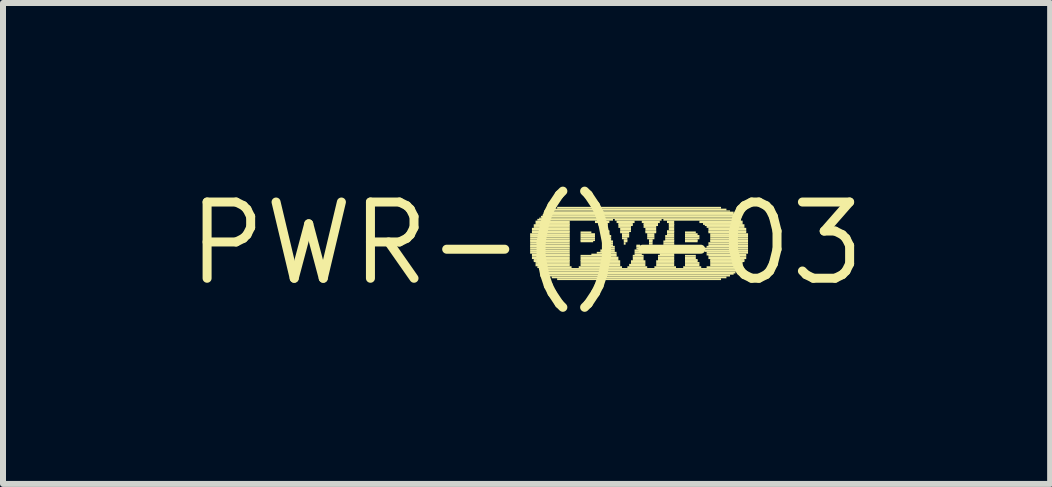
<source format=kicad_pcb>
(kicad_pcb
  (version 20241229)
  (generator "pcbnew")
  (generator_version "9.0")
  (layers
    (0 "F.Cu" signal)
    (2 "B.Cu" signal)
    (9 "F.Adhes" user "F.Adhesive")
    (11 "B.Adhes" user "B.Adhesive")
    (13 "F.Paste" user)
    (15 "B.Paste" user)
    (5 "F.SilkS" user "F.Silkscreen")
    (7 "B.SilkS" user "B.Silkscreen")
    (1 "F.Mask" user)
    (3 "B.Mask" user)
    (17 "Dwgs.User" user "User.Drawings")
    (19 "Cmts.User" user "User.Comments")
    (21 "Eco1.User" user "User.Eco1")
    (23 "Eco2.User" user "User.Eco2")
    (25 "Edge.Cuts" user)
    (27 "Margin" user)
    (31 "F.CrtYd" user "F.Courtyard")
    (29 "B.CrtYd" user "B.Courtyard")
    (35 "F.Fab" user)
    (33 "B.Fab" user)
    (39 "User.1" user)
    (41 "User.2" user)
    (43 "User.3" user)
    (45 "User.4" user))
  (footprint "PWR-()-03"
    (layer "F.Cu")
    (at 5.722 1.006)
    (property "Reference" "PWR-()-03" (at 0 0 0) (layer "F.SilkS") (effects (font (size 1.27 1.27) (thickness 0.15))))
    (attr through_hole)
    (fp_poly (pts (xy 0.06 -0.14) (xy 0.72 -0.14) (xy 0.72 -0.17) (xy 0.06 -0.17)) (stroke (width 0) (type solid)) (fill yes) (layer "F.SilkS"))
    (fp_poly (pts (xy 0.06 -0.1) (xy 0.72 -0.1) (xy 0.72 -0.14) (xy 0.06 -0.14)) (stroke (width 0) (type solid)) (fill yes) (layer "F.SilkS"))
    (fp_poly (pts (xy 0.06 -0.07) (xy 0.72 -0.07) (xy 0.72 -0.1) (xy 0.06 -0.1)) (stroke (width 0) (type solid)) (fill yes) (layer "F.SilkS"))
    (fp_poly (pts (xy 0.06 -0.04) (xy 0.72 -0.04) (xy 0.72 -0.07) (xy 0.06 -0.07)) (stroke (width 0) (type solid)) (fill yes) (layer "F.SilkS"))
    (fp_poly (pts (xy 0.06 -0.02) (xy 0.72 -0.02) (xy 0.72 -0.05) (xy 0.06 -0.05)) (stroke (width 0) (type solid)) (fill yes) (layer "F.SilkS"))
    (fp_poly (pts (xy 0.06 0.02) (xy 0.72 0.02) (xy 0.72 -0.02) (xy 0.06 -0.02)) (stroke (width 0) (type solid)) (fill yes) (layer "F.SilkS"))
    (fp_poly (pts (xy 0.06 0.05) (xy 0.72 0.05) (xy 0.72 0.02) (xy 0.06 0.02)) (stroke (width 0) (type solid)) (fill yes) (layer "F.SilkS"))
    (fp_poly (pts (xy 0.06 0.07) (xy 0.72 0.07) (xy 0.72 0.04) (xy 0.06 0.04)) (stroke (width 0) (type solid)) (fill yes) (layer "F.SilkS"))
    (fp_poly (pts (xy 0.06 0.1) (xy 0.72 0.1) (xy 0.72 0.07) (xy 0.06 0.07)) (stroke (width 0) (type solid)) (fill yes) (layer "F.SilkS"))
    (fp_poly (pts (xy 0.06 0.14) (xy 0.72 0.14) (xy 0.72 0.1) (xy 0.06 0.1)) (stroke (width 0) (type solid)) (fill yes) (layer "F.SilkS"))
    (fp_poly (pts (xy 0.06 0.17) (xy 0.72 0.17) (xy 0.72 0.14) (xy 0.06 0.14)) (stroke (width 0) (type solid)) (fill yes) (layer "F.SilkS"))
    (fp_poly (pts (xy 0.09 -0.22) (xy 0.72 -0.22) (xy 0.72 -0.26) (xy 0.09 -0.26)) (stroke (width 0) (type solid)) (fill yes) (layer "F.SilkS"))
    (fp_poly (pts (xy 0.09 -0.19) (xy 0.72 -0.19) (xy 0.72 -0.22) (xy 0.09 -0.22)) (stroke (width 0) (type solid)) (fill yes) (layer "F.SilkS"))
    (fp_poly (pts (xy 0.09 -0.17) (xy 0.72 -0.17) (xy 0.72 -0.2) (xy 0.09 -0.2)) (stroke (width 0) (type solid)) (fill yes) (layer "F.SilkS"))
    (fp_poly (pts (xy 0.09 0.2) (xy 0.72 0.2) (xy 0.72 0.17) (xy 0.09 0.17)) (stroke (width 0) (type solid)) (fill yes) (layer "F.SilkS"))
    (fp_poly (pts (xy 0.09 0.22) (xy 0.72 0.22) (xy 0.72 0.19) (xy 0.09 0.19)) (stroke (width 0) (type solid)) (fill yes) (layer "F.SilkS"))
    (fp_poly (pts (xy 0.09 0.26) (xy 0.72 0.26) (xy 0.72 0.22) (xy 0.09 0.22)) (stroke (width 0) (type solid)) (fill yes) (layer "F.SilkS"))
    (fp_poly (pts (xy 0.12 -0.29) (xy 0.72 -0.29) (xy 0.72 -0.32) (xy 0.12 -0.32)) (stroke (width 0) (type solid)) (fill yes) (layer "F.SilkS"))
    (fp_poly (pts (xy 0.12 -0.26) (xy 0.72 -0.26) (xy 0.72 -0.29) (xy 0.12 -0.29)) (stroke (width 0) (type solid)) (fill yes) (layer "F.SilkS"))
    (fp_poly (pts (xy 0.12 0.29) (xy 0.72 0.29) (xy 0.72 0.26) (xy 0.12 0.26)) (stroke (width 0) (type solid)) (fill yes) (layer "F.SilkS"))
    (fp_poly (pts (xy 0.12 0.31) (xy 0.72 0.31) (xy 0.72 0.28) (xy 0.12 0.28)) (stroke (width 0) (type solid)) (fill yes) (layer "F.SilkS"))
    (fp_poly (pts (xy 0.15 -0.34) (xy 0.72 -0.34) (xy 0.72 -0.38) (xy 0.15 -0.38)) (stroke (width 0) (type solid)) (fill yes) (layer "F.SilkS"))
    (fp_poly (pts (xy 0.15 -0.31) (xy 0.72 -0.31) (xy 0.72 -0.34) (xy 0.15 -0.34)) (stroke (width 0) (type solid)) (fill yes) (layer "F.SilkS"))
    (fp_poly (pts (xy 0.15 0.34) (xy 0.72 0.34) (xy 0.72 0.31) (xy 0.15 0.31)) (stroke (width 0) (type solid)) (fill yes) (layer "F.SilkS"))
    (fp_poly (pts (xy 0.15 0.38) (xy 0.72 0.38) (xy 0.72 0.34) (xy 0.15 0.34)) (stroke (width 0) (type solid)) (fill yes) (layer "F.SilkS"))
    (fp_poly (pts (xy 0.18 -0.38) (xy 1.44 -0.38) (xy 1.44 -0.41) (xy 0.18 -0.41)) (stroke (width 0) (type solid)) (fill yes) (layer "F.SilkS"))
    (fp_poly (pts (xy 0.18 0.41) (xy 0.75 0.41) (xy 0.75 0.38) (xy 0.18 0.38)) (stroke (width 0) (type solid)) (fill yes) (layer "F.SilkS"))
    (fp_poly (pts (xy 0.21 -0.41) (xy 3.54 -0.41) (xy 3.54 -0.43) (xy 0.21 -0.43)) (stroke (width 0) (type solid)) (fill yes) (layer "F.SilkS"))
    (fp_poly (pts (xy 0.21 0.44) (xy 3.54 0.44) (xy 3.54 0.41) (xy 0.21 0.41)) (stroke (width 0) (type solid)) (fill yes) (layer "F.SilkS"))
    (fp_poly (pts (xy 0.24 -0.43) (xy 3.51 -0.43) (xy 3.51 -0.46) (xy 0.24 -0.46)) (stroke (width 0) (type solid)) (fill yes) (layer "F.SilkS"))
    (fp_poly (pts (xy 0.24 0.47) (xy 3.51 0.47) (xy 3.51 0.44) (xy 0.24 0.44)) (stroke (width 0) (type solid)) (fill yes) (layer "F.SilkS"))
    (fp_poly (pts (xy 0.27 -0.46) (xy 3.48 -0.46) (xy 3.48 -0.49) (xy 0.27 -0.49)) (stroke (width 0) (type solid)) (fill yes) (layer "F.SilkS"))
    (fp_poly (pts (xy 0.27 0.5) (xy 3.48 0.5) (xy 3.48 0.47) (xy 0.27 0.47)) (stroke (width 0) (type solid)) (fill yes) (layer "F.SilkS"))
    (fp_poly (pts (xy 0.3 -0.49) (xy 3.45 -0.49) (xy 3.45 -0.53) (xy 0.3 -0.53)) (stroke (width 0) (type solid)) (fill yes) (layer "F.SilkS"))
    (fp_poly (pts (xy 0.3 0.52) (xy 3.45 0.52) (xy 3.45 0.49) (xy 0.3 0.49)) (stroke (width 0) (type solid)) (fill yes) (layer "F.SilkS"))
    (fp_poly (pts (xy 0.36 -0.53) (xy 3.39 -0.53) (xy 3.39 -0.55) (xy 0.36 -0.55)) (stroke (width 0) (type solid)) (fill yes) (layer "F.SilkS"))
    (fp_poly (pts (xy 0.36 0.55) (xy 3.39 0.55) (xy 3.39 0.52) (xy 0.36 0.52)) (stroke (width 0) (type solid)) (fill yes) (layer "F.SilkS"))
    (fp_poly (pts (xy 0.42 -0.55) (xy 3.33 -0.55) (xy 3.33 -0.58) (xy 0.42 -0.58)) (stroke (width 0) (type solid)) (fill yes) (layer "F.SilkS"))
    (fp_poly (pts (xy 0.42 0.58) (xy 3.33 0.58) (xy 3.33 0.55) (xy 0.42 0.55)) (stroke (width 0) (type solid)) (fill yes) (layer "F.SilkS"))
    (fp_poly (pts (xy 0.51 -0.58) (xy 3.24 -0.58) (xy 3.24 -0.61) (xy 0.51 -0.61)) (stroke (width 0) (type solid)) (fill yes) (layer "F.SilkS"))
    (fp_poly (pts (xy 0.51 0.61) (xy 3.24 0.61) (xy 3.24 0.58) (xy 0.51 0.58)) (stroke (width 0) (type solid)) (fill yes) (layer "F.SilkS"))
    (fp_poly (pts (xy 0.87 0.41) (xy 1.59 0.41) (xy 1.59 0.38) (xy 0.87 0.38)) (stroke (width 0) (type solid)) (fill yes) (layer "F.SilkS"))
    (fp_poly (pts (xy 0.9 -0.17) (xy 1.08 -0.17) (xy 1.08 -0.2) (xy 0.9 -0.2)) (stroke (width 0) (type solid)) (fill yes) (layer "F.SilkS"))
    (fp_poly (pts (xy 0.9 -0.14) (xy 1.14 -0.14) (xy 1.14 -0.17) (xy 0.9 -0.17)) (stroke (width 0) (type solid)) (fill yes) (layer "F.SilkS"))
    (fp_poly (pts (xy 0.9 -0.1) (xy 1.14 -0.1) (xy 1.14 -0.14) (xy 0.9 -0.14)) (stroke (width 0) (type solid)) (fill yes) (layer "F.SilkS"))
    (fp_poly (pts (xy 0.9 -0.07) (xy 1.14 -0.07) (xy 1.14 -0.1) (xy 0.9 -0.1)) (stroke (width 0) (type solid)) (fill yes) (layer "F.SilkS"))
    (fp_poly (pts (xy 0.9 -0.04) (xy 1.14 -0.04) (xy 1.14 -0.07) (xy 0.9 -0.07)) (stroke (width 0) (type solid)) (fill yes) (layer "F.SilkS"))
    (fp_poly (pts (xy 0.9 -0.02) (xy 1.11 -0.02) (xy 1.11 -0.05) (xy 0.9 -0.05)) (stroke (width 0) (type solid)) (fill yes) (layer "F.SilkS"))
    (fp_poly (pts (xy 0.9 0.22) (xy 1.5 0.22) (xy 1.5 0.19) (xy 0.9 0.19)) (stroke (width 0) (type solid)) (fill yes) (layer "F.SilkS"))
    (fp_poly (pts (xy 0.9 0.26) (xy 1.53 0.26) (xy 1.53 0.22) (xy 0.9 0.22)) (stroke (width 0) (type solid)) (fill yes) (layer "F.SilkS"))
    (fp_poly (pts (xy 0.9 0.29) (xy 1.53 0.29) (xy 1.53 0.26) (xy 0.9 0.26)) (stroke (width 0) (type solid)) (fill yes) (layer "F.SilkS"))
    (fp_poly (pts (xy 0.9 0.31) (xy 1.56 0.31) (xy 1.56 0.28) (xy 0.9 0.28)) (stroke (width 0) (type solid)) (fill yes) (layer "F.SilkS"))
    (fp_poly (pts (xy 0.9 0.34) (xy 1.56 0.34) (xy 1.56 0.31) (xy 0.9 0.31)) (stroke (width 0) (type solid)) (fill yes) (layer "F.SilkS"))
    (fp_poly (pts (xy 0.9 0.38) (xy 1.56 0.38) (xy 1.56 0.34) (xy 0.9 0.34)) (stroke (width 0) (type solid)) (fill yes) (layer "F.SilkS"))
    (fp_poly (pts (xy 1.08 0.2) (xy 1.5 0.2) (xy 1.5 0.17) (xy 1.08 0.17)) (stroke (width 0) (type solid)) (fill yes) (layer "F.SilkS"))
    (fp_poly (pts (xy 1.14 -0.34) (xy 1.38 -0.34) (xy 1.38 -0.38) (xy 1.14 -0.38)) (stroke (width 0) (type solid)) (fill yes) (layer "F.SilkS"))
    (fp_poly (pts (xy 1.17 0.17) (xy 1.5 0.17) (xy 1.5 0.14) (xy 1.17 0.14)) (stroke (width 0) (type solid)) (fill yes) (layer "F.SilkS"))
    (fp_poly (pts (xy 1.2 -0.31) (xy 1.35 -0.31) (xy 1.35 -0.34) (xy 1.2 -0.34)) (stroke (width 0) (type solid)) (fill yes) (layer "F.SilkS"))
    (fp_poly (pts (xy 1.23 -0.29) (xy 1.35 -0.29) (xy 1.35 -0.32) (xy 1.23 -0.32)) (stroke (width 0) (type solid)) (fill yes) (layer "F.SilkS"))
    (fp_poly (pts (xy 1.23 0.14) (xy 1.47 0.14) (xy 1.47 0.1) (xy 1.23 0.1)) (stroke (width 0) (type solid)) (fill yes) (layer "F.SilkS"))
    (fp_poly (pts (xy 1.26 -0.26) (xy 1.35 -0.26) (xy 1.35 -0.29) (xy 1.26 -0.29)) (stroke (width 0) (type solid)) (fill yes) (layer "F.SilkS"))
    (fp_poly (pts (xy 1.26 0.1) (xy 1.47 0.1) (xy 1.47 0.07) (xy 1.26 0.07)) (stroke (width 0) (type solid)) (fill yes) (layer "F.SilkS"))
    (fp_poly (pts (xy 1.29 -0.22) (xy 1.35 -0.22) (xy 1.35 -0.26) (xy 1.29 -0.26)) (stroke (width 0) (type solid)) (fill yes) (layer "F.SilkS"))
    (fp_poly (pts (xy 1.29 -0.19) (xy 1.38 -0.19) (xy 1.38 -0.22) (xy 1.29 -0.22)) (stroke (width 0) (type solid)) (fill yes) (layer "F.SilkS"))
    (fp_poly (pts (xy 1.29 0.05) (xy 1.44 0.05) (xy 1.44 0.02) (xy 1.29 0.02)) (stroke (width 0) (type solid)) (fill yes) (layer "F.SilkS"))
    (fp_poly (pts (xy 1.29 0.07) (xy 1.47 0.07) (xy 1.47 0.04) (xy 1.29 0.04)) (stroke (width 0) (type solid)) (fill yes) (layer "F.SilkS"))
    (fp_poly (pts (xy 1.32 -0.17) (xy 1.38 -0.17) (xy 1.38 -0.2) (xy 1.32 -0.2)) (stroke (width 0) (type solid)) (fill yes) (layer "F.SilkS"))
    (fp_poly (pts (xy 1.32 -0.14) (xy 1.38 -0.14) (xy 1.38 -0.17) (xy 1.32 -0.17)) (stroke (width 0) (type solid)) (fill yes) (layer "F.SilkS"))
    (fp_poly (pts (xy 1.32 -0.1) (xy 1.41 -0.1) (xy 1.41 -0.14) (xy 1.32 -0.14)) (stroke (width 0) (type solid)) (fill yes) (layer "F.SilkS"))
    (fp_poly (pts (xy 1.32 -0.07) (xy 1.41 -0.07) (xy 1.41 -0.1) (xy 1.32 -0.1)) (stroke (width 0) (type solid)) (fill yes) (layer "F.SilkS"))
    (fp_poly (pts (xy 1.32 -0.04) (xy 1.41 -0.04) (xy 1.41 -0.07) (xy 1.32 -0.07)) (stroke (width 0) (type solid)) (fill yes) (layer "F.SilkS"))
    (fp_poly (pts (xy 1.32 -0.02) (xy 1.44 -0.02) (xy 1.44 -0.05) (xy 1.32 -0.05)) (stroke (width 0) (type solid)) (fill yes) (layer "F.SilkS"))
    (fp_poly (pts (xy 1.32 0.02) (xy 1.44 0.02) (xy 1.44 -0.02) (xy 1.32 -0.02)) (stroke (width 0) (type solid)) (fill yes) (layer "F.SilkS"))
    (fp_poly (pts (xy 1.47 -0.38) (xy 2.25 -0.38) (xy 2.25 -0.41) (xy 1.47 -0.41)) (stroke (width 0) (type solid)) (fill yes) (layer "F.SilkS"))
    (fp_poly (pts (xy 1.5 -0.34) (xy 1.8 -0.34) (xy 1.8 -0.38) (xy 1.5 -0.38)) (stroke (width 0) (type solid)) (fill yes) (layer "F.SilkS"))
    (fp_poly (pts (xy 1.53 -0.31) (xy 1.77 -0.31) (xy 1.77 -0.34) (xy 1.53 -0.34)) (stroke (width 0) (type solid)) (fill yes) (layer "F.SilkS"))
    (fp_poly (pts (xy 1.53 -0.29) (xy 1.77 -0.29) (xy 1.77 -0.32) (xy 1.53 -0.32)) (stroke (width 0) (type solid)) (fill yes) (layer "F.SilkS"))
    (fp_poly (pts (xy 1.53 -0.26) (xy 1.74 -0.26) (xy 1.74 -0.29) (xy 1.53 -0.29)) (stroke (width 0) (type solid)) (fill yes) (layer "F.SilkS"))
    (fp_poly (pts (xy 1.56 -0.22) (xy 1.74 -0.22) (xy 1.74 -0.26) (xy 1.56 -0.26)) (stroke (width 0) (type solid)) (fill yes) (layer "F.SilkS"))
    (fp_poly (pts (xy 1.56 -0.19) (xy 1.74 -0.19) (xy 1.74 -0.22) (xy 1.56 -0.22)) (stroke (width 0) (type solid)) (fill yes) (layer "F.SilkS"))
    (fp_poly (pts (xy 1.56 -0.17) (xy 1.71 -0.17) (xy 1.71 -0.2) (xy 1.56 -0.2)) (stroke (width 0) (type solid)) (fill yes) (layer "F.SilkS"))
    (fp_poly (pts (xy 1.59 -0.14) (xy 1.71 -0.14) (xy 1.71 -0.17) (xy 1.59 -0.17)) (stroke (width 0) (type solid)) (fill yes) (layer "F.SilkS"))
    (fp_poly (pts (xy 1.59 -0.1) (xy 1.71 -0.1) (xy 1.71 -0.14) (xy 1.59 -0.14)) (stroke (width 0) (type solid)) (fill yes) (layer "F.SilkS"))
    (fp_poly (pts (xy 1.59 -0.07) (xy 1.68 -0.07) (xy 1.68 -0.1) (xy 1.59 -0.1)) (stroke (width 0) (type solid)) (fill yes) (layer "F.SilkS"))
    (fp_poly (pts (xy 1.62 -0.04) (xy 1.68 -0.04) (xy 1.68 -0.07) (xy 1.62 -0.07)) (stroke (width 0) (type solid)) (fill yes) (layer "F.SilkS"))
    (fp_poly (pts (xy 1.62 -0.02) (xy 1.68 -0.02) (xy 1.68 -0.05) (xy 1.62 -0.05)) (stroke (width 0) (type solid)) (fill yes) (layer "F.SilkS"))
    (fp_poly (pts (xy 1.62 0.02) (xy 1.65 0.02) (xy 1.65 -0.02) (xy 1.62 -0.02)) (stroke (width 0) (type solid)) (fill yes) (layer "F.SilkS"))
    (fp_poly (pts (xy 1.68 0.41) (xy 2.01 0.41) (xy 2.01 0.38) (xy 1.68 0.38)) (stroke (width 0) (type solid)) (fill yes) (layer "F.SilkS"))
    (fp_poly (pts (xy 1.71 0.38) (xy 1.98 0.38) (xy 1.98 0.34) (xy 1.71 0.34)) (stroke (width 0) (type solid)) (fill yes) (layer "F.SilkS"))
    (fp_poly (pts (xy 1.74 0.31) (xy 1.98 0.31) (xy 1.98 0.28) (xy 1.74 0.28)) (stroke (width 0) (type solid)) (fill yes) (layer "F.SilkS"))
    (fp_poly (pts (xy 1.74 0.34) (xy 1.98 0.34) (xy 1.98 0.31) (xy 1.74 0.31)) (stroke (width 0) (type solid)) (fill yes) (layer "F.SilkS"))
    (fp_poly (pts (xy 1.77 0.22) (xy 1.95 0.22) (xy 1.95 0.19) (xy 1.77 0.19)) (stroke (width 0) (type solid)) (fill yes) (layer "F.SilkS"))
    (fp_poly (pts (xy 1.77 0.26) (xy 1.95 0.26) (xy 1.95 0.22) (xy 1.77 0.22)) (stroke (width 0) (type solid)) (fill yes) (layer "F.SilkS"))
    (fp_poly (pts (xy 1.77 0.29) (xy 1.95 0.29) (xy 1.95 0.26) (xy 1.77 0.26)) (stroke (width 0) (type solid)) (fill yes) (layer "F.SilkS"))
    (fp_poly (pts (xy 1.8 0.14) (xy 1.92 0.14) (xy 1.92 0.1) (xy 1.8 0.1)) (stroke (width 0) (type solid)) (fill yes) (layer "F.SilkS"))
    (fp_poly (pts (xy 1.8 0.17) (xy 1.92 0.17) (xy 1.92 0.14) (xy 1.8 0.14)) (stroke (width 0) (type solid)) (fill yes) (layer "F.SilkS"))
    (fp_poly (pts (xy 1.8 0.2) (xy 1.92 0.2) (xy 1.92 0.17) (xy 1.8 0.17)) (stroke (width 0) (type solid)) (fill yes) (layer "F.SilkS"))
    (fp_poly (pts (xy 1.83 0.05) (xy 1.89 0.05) (xy 1.89 0.02) (xy 1.83 0.02)) (stroke (width 0) (type solid)) (fill yes) (layer "F.SilkS"))
    (fp_poly (pts (xy 1.83 0.07) (xy 1.89 0.07) (xy 1.89 0.04) (xy 1.83 0.04)) (stroke (width 0) (type solid)) (fill yes) (layer "F.SilkS"))
    (fp_poly (pts (xy 1.83 0.1) (xy 1.89 0.1) (xy 1.89 0.07) (xy 1.83 0.07)) (stroke (width 0) (type solid)) (fill yes) (layer "F.SilkS"))
    (fp_poly (pts (xy 1.92 -0.34) (xy 2.22 -0.34) (xy 2.22 -0.38) (xy 1.92 -0.38)) (stroke (width 0) (type solid)) (fill yes) (layer "F.SilkS"))
    (fp_poly (pts (xy 1.95 -0.31) (xy 2.19 -0.31) (xy 2.19 -0.34) (xy 1.95 -0.34)) (stroke (width 0) (type solid)) (fill yes) (layer "F.SilkS"))
    (fp_poly (pts (xy 1.95 -0.29) (xy 2.19 -0.29) (xy 2.19 -0.32) (xy 1.95 -0.32)) (stroke (width 0) (type solid)) (fill yes) (layer "F.SilkS"))
    (fp_poly (pts (xy 1.95 -0.26) (xy 2.16 -0.26) (xy 2.16 -0.29) (xy 1.95 -0.29)) (stroke (width 0) (type solid)) (fill yes) (layer "F.SilkS"))
    (fp_poly (pts (xy 1.98 -0.22) (xy 2.16 -0.22) (xy 2.16 -0.26) (xy 1.98 -0.26)) (stroke (width 0) (type solid)) (fill yes) (layer "F.SilkS"))
    (fp_poly (pts (xy 1.98 -0.19) (xy 2.16 -0.19) (xy 2.16 -0.22) (xy 1.98 -0.22)) (stroke (width 0) (type solid)) (fill yes) (layer "F.SilkS"))
    (fp_poly (pts (xy 1.98 -0.17) (xy 2.16 -0.17) (xy 2.16 -0.2) (xy 1.98 -0.2)) (stroke (width 0) (type solid)) (fill yes) (layer "F.SilkS"))
    (fp_poly (pts (xy 2.01 -0.14) (xy 2.13 -0.14) (xy 2.13 -0.17) (xy 2.01 -0.17)) (stroke (width 0) (type solid)) (fill yes) (layer "F.SilkS"))
    (fp_poly (pts (xy 2.01 -0.1) (xy 2.13 -0.1) (xy 2.13 -0.14) (xy 2.01 -0.14)) (stroke (width 0) (type solid)) (fill yes) (layer "F.SilkS"))
    (fp_poly (pts (xy 2.01 -0.07) (xy 2.13 -0.07) (xy 2.13 -0.1) (xy 2.01 -0.1)) (stroke (width 0) (type solid)) (fill yes) (layer "F.SilkS"))
    (fp_poly (pts (xy 2.04 -0.04) (xy 2.1 -0.04) (xy 2.1 -0.07) (xy 2.04 -0.07)) (stroke (width 0) (type solid)) (fill yes) (layer "F.SilkS"))
    (fp_poly (pts (xy 2.04 -0.02) (xy 2.1 -0.02) (xy 2.1 -0.05) (xy 2.04 -0.05)) (stroke (width 0) (type solid)) (fill yes) (layer "F.SilkS"))
    (fp_poly (pts (xy 2.04 0.02) (xy 2.1 0.02) (xy 2.1 -0.02) (xy 2.04 -0.02)) (stroke (width 0) (type solid)) (fill yes) (layer "F.SilkS"))
    (fp_poly (pts (xy 2.13 0.41) (xy 2.49 0.41) (xy 2.49 0.38) (xy 2.13 0.38)) (stroke (width 0) (type solid)) (fill yes) (layer "F.SilkS"))
    (fp_poly (pts (xy 2.16 0.31) (xy 2.46 0.31) (xy 2.46 0.28) (xy 2.16 0.28)) (stroke (width 0) (type solid)) (fill yes) (layer "F.SilkS"))
    (fp_poly (pts (xy 2.16 0.34) (xy 2.46 0.34) (xy 2.46 0.31) (xy 2.16 0.31)) (stroke (width 0) (type solid)) (fill yes) (layer "F.SilkS"))
    (fp_poly (pts (xy 2.16 0.38) (xy 2.46 0.38) (xy 2.46 0.34) (xy 2.16 0.34)) (stroke (width 0) (type solid)) (fill yes) (layer "F.SilkS"))
    (fp_poly (pts (xy 2.19 0.22) (xy 2.46 0.22) (xy 2.46 0.19) (xy 2.19 0.19)) (stroke (width 0) (type solid)) (fill yes) (layer "F.SilkS"))
    (fp_poly (pts (xy 2.19 0.26) (xy 2.46 0.26) (xy 2.46 0.22) (xy 2.19 0.22)) (stroke (width 0) (type solid)) (fill yes) (layer "F.SilkS"))
    (fp_poly (pts (xy 2.19 0.29) (xy 2.46 0.29) (xy 2.46 0.26) (xy 2.19 0.26)) (stroke (width 0) (type solid)) (fill yes) (layer "F.SilkS"))
    (fp_poly (pts (xy 2.22 0.17) (xy 2.46 0.17) (xy 2.46 0.14) (xy 2.22 0.14)) (stroke (width 0) (type solid)) (fill yes) (layer "F.SilkS"))
    (fp_poly (pts (xy 2.22 0.2) (xy 2.46 0.2) (xy 2.46 0.17) (xy 2.22 0.17)) (stroke (width 0) (type solid)) (fill yes) (layer "F.SilkS"))
    (fp_poly (pts (xy 2.25 0.07) (xy 2.46 0.07) (xy 2.46 0.04) (xy 2.25 0.04)) (stroke (width 0) (type solid)) (fill yes) (layer "F.SilkS"))
    (fp_poly (pts (xy 2.25 0.1) (xy 2.46 0.1) (xy 2.46 0.07) (xy 2.25 0.07)) (stroke (width 0) (type solid)) (fill yes) (layer "F.SilkS"))
    (fp_poly (pts (xy 2.25 0.14) (xy 2.46 0.14) (xy 2.46 0.1) (xy 2.25 0.1)) (stroke (width 0) (type solid)) (fill yes) (layer "F.SilkS"))
    (fp_poly (pts (xy 2.28 -0.38) (xy 3.57 -0.38) (xy 3.57 -0.41) (xy 2.28 -0.41)) (stroke (width 0) (type solid)) (fill yes) (layer "F.SilkS"))
    (fp_poly (pts (xy 2.28 -0.02) (xy 2.46 -0.02) (xy 2.46 -0.05) (xy 2.28 -0.05)) (stroke (width 0) (type solid)) (fill yes) (layer "F.SilkS"))
    (fp_poly (pts (xy 2.28 0.02) (xy 2.46 0.02) (xy 2.46 -0.02) (xy 2.28 -0.02)) (stroke (width 0) (type solid)) (fill yes) (layer "F.SilkS"))
    (fp_poly (pts (xy 2.28 0.05) (xy 2.46 0.05) (xy 2.46 0.02) (xy 2.28 0.02)) (stroke (width 0) (type solid)) (fill yes) (layer "F.SilkS"))
    (fp_poly (pts (xy 2.31 -0.1) (xy 2.46 -0.1) (xy 2.46 -0.14) (xy 2.31 -0.14)) (stroke (width 0) (type solid)) (fill yes) (layer "F.SilkS"))
    (fp_poly (pts (xy 2.31 -0.07) (xy 2.46 -0.07) (xy 2.46 -0.1) (xy 2.31 -0.1)) (stroke (width 0) (type solid)) (fill yes) (layer "F.SilkS"))
    (fp_poly (pts (xy 2.31 -0.04) (xy 2.46 -0.04) (xy 2.46 -0.07) (xy 2.31 -0.07)) (stroke (width 0) (type solid)) (fill yes) (layer "F.SilkS"))
    (fp_poly (pts (xy 2.34 -0.34) (xy 2.46 -0.34) (xy 2.46 -0.38) (xy 2.34 -0.38)) (stroke (width 0) (type solid)) (fill yes) (layer "F.SilkS"))
    (fp_poly (pts (xy 2.34 -0.19) (xy 2.46 -0.19) (xy 2.46 -0.22) (xy 2.34 -0.22)) (stroke (width 0) (type solid)) (fill yes) (layer "F.SilkS"))
    (fp_poly (pts (xy 2.34 -0.17) (xy 2.46 -0.17) (xy 2.46 -0.2) (xy 2.34 -0.2)) (stroke (width 0) (type solid)) (fill yes) (layer "F.SilkS"))
    (fp_poly (pts (xy 2.34 -0.14) (xy 2.46 -0.14) (xy 2.46 -0.17) (xy 2.34 -0.17)) (stroke (width 0) (type solid)) (fill yes) (layer "F.SilkS"))
    (fp_poly (pts (xy 2.37 -0.31) (xy 2.46 -0.31) (xy 2.46 -0.34) (xy 2.37 -0.34)) (stroke (width 0) (type solid)) (fill yes) (layer "F.SilkS"))
    (fp_poly (pts (xy 2.37 -0.29) (xy 2.46 -0.29) (xy 2.46 -0.32) (xy 2.37 -0.32)) (stroke (width 0) (type solid)) (fill yes) (layer "F.SilkS"))
    (fp_poly (pts (xy 2.37 -0.26) (xy 2.46 -0.26) (xy 2.46 -0.29) (xy 2.37 -0.29)) (stroke (width 0) (type solid)) (fill yes) (layer "F.SilkS"))
    (fp_poly (pts (xy 2.37 -0.22) (xy 2.46 -0.22) (xy 2.46 -0.26) (xy 2.37 -0.26)) (stroke (width 0) (type solid)) (fill yes) (layer "F.SilkS"))
    (fp_poly (pts (xy 2.61 0.41) (xy 2.91 0.41) (xy 2.91 0.38) (xy 2.61 0.38)) (stroke (width 0) (type solid)) (fill yes) (layer "F.SilkS"))
    (fp_poly (pts (xy 2.64 -0.17) (xy 2.82 -0.17) (xy 2.82 -0.2) (xy 2.64 -0.2)) (stroke (width 0) (type solid)) (fill yes) (layer "F.SilkS"))
    (fp_poly (pts (xy 2.64 -0.14) (xy 2.85 -0.14) (xy 2.85 -0.17) (xy 2.64 -0.17)) (stroke (width 0) (type solid)) (fill yes) (layer "F.SilkS"))
    (fp_poly (pts (xy 2.64 -0.1) (xy 2.88 -0.1) (xy 2.88 -0.14) (xy 2.64 -0.14)) (stroke (width 0) (type solid)) (fill yes) (layer "F.SilkS"))
    (fp_poly (pts (xy 2.64 -0.07) (xy 2.88 -0.07) (xy 2.88 -0.1) (xy 2.64 -0.1)) (stroke (width 0) (type solid)) (fill yes) (layer "F.SilkS"))
    (fp_poly (pts (xy 2.64 -0.04) (xy 2.85 -0.04) (xy 2.85 -0.07) (xy 2.64 -0.07)) (stroke (width 0) (type solid)) (fill yes) (layer "F.SilkS"))
    (fp_poly (pts (xy 2.64 -0.02) (xy 2.85 -0.02) (xy 2.85 -0.05) (xy 2.64 -0.05)) (stroke (width 0) (type solid)) (fill yes) (layer "F.SilkS"))
    (fp_poly (pts (xy 2.64 0.22) (xy 2.82 0.22) (xy 2.82 0.19) (xy 2.64 0.19)) (stroke (width 0) (type solid)) (fill yes) (layer "F.SilkS"))
    (fp_poly (pts (xy 2.64 0.26) (xy 2.82 0.26) (xy 2.82 0.22) (xy 2.64 0.22)) (stroke (width 0) (type solid)) (fill yes) (layer "F.SilkS"))
    (fp_poly (pts (xy 2.64 0.29) (xy 2.85 0.29) (xy 2.85 0.26) (xy 2.64 0.26)) (stroke (width 0) (type solid)) (fill yes) (layer "F.SilkS"))
    (fp_poly (pts (xy 2.64 0.31) (xy 2.85 0.31) (xy 2.85 0.28) (xy 2.64 0.28)) (stroke (width 0) (type solid)) (fill yes) (layer "F.SilkS"))
    (fp_poly (pts (xy 2.64 0.34) (xy 2.88 0.34) (xy 2.88 0.31) (xy 2.64 0.31)) (stroke (width 0) (type solid)) (fill yes) (layer "F.SilkS"))
    (fp_poly (pts (xy 2.64 0.38) (xy 2.88 0.38) (xy 2.88 0.34) (xy 2.64 0.34)) (stroke (width 0) (type solid)) (fill yes) (layer "F.SilkS"))
    (fp_poly (pts (xy 2.88 -0.34) (xy 3.6 -0.34) (xy 3.6 -0.38) (xy 2.88 -0.38)) (stroke (width 0) (type solid)) (fill yes) (layer "F.SilkS"))
    (fp_poly (pts (xy 2.94 -0.31) (xy 3.6 -0.31) (xy 3.6 -0.34) (xy 2.94 -0.34)) (stroke (width 0) (type solid)) (fill yes) (layer "F.SilkS"))
    (fp_poly (pts (xy 2.97 -0.29) (xy 3.63 -0.29) (xy 3.63 -0.32) (xy 2.97 -0.32)) (stroke (width 0) (type solid)) (fill yes) (layer "F.SilkS"))
    (fp_poly (pts (xy 2.97 0.1) (xy 3.69 0.1) (xy 3.69 0.07) (xy 2.97 0.07)) (stroke (width 0) (type solid)) (fill yes) (layer "F.SilkS"))
    (fp_poly (pts (xy 2.97 0.14) (xy 3.69 0.14) (xy 3.69 0.1) (xy 2.97 0.1)) (stroke (width 0) (type solid)) (fill yes) (layer "F.SilkS"))
    (fp_poly (pts (xy 3 -0.26) (xy 3.63 -0.26) (xy 3.63 -0.29) (xy 3 -0.29)) (stroke (width 0) (type solid)) (fill yes) (layer "F.SilkS"))
    (fp_poly (pts (xy 3 0.07) (xy 3.69 0.07) (xy 3.69 0.04) (xy 3 0.04)) (stroke (width 0) (type solid)) (fill yes) (layer "F.SilkS"))
    (fp_poly (pts (xy 3 0.17) (xy 3.69 0.17) (xy 3.69 0.14) (xy 3 0.14)) (stroke (width 0) (type solid)) (fill yes) (layer "F.SilkS"))
    (fp_poly (pts (xy 3 0.2) (xy 3.66 0.2) (xy 3.66 0.17) (xy 3 0.17)) (stroke (width 0) (type solid)) (fill yes) (layer "F.SilkS"))
    (fp_poly (pts (xy 3 0.41) (xy 3.57 0.41) (xy 3.57 0.38) (xy 3 0.38)) (stroke (width 0) (type solid)) (fill yes) (layer "F.SilkS"))
    (fp_poly (pts (xy 3.03 -0.22) (xy 3.66 -0.22) (xy 3.66 -0.26) (xy 3.03 -0.26)) (stroke (width 0) (type solid)) (fill yes) (layer "F.SilkS"))
    (fp_poly (pts (xy 3.03 -0.19) (xy 3.66 -0.19) (xy 3.66 -0.22) (xy 3.03 -0.22)) (stroke (width 0) (type solid)) (fill yes) (layer "F.SilkS"))
    (fp_poly (pts (xy 3.03 -0.17) (xy 3.66 -0.17) (xy 3.66 -0.2) (xy 3.03 -0.2)) (stroke (width 0) (type solid)) (fill yes) (layer "F.SilkS"))
    (fp_poly (pts (xy 3.03 0.02) (xy 3.69 0.02) (xy 3.69 -0.02) (xy 3.03 -0.02)) (stroke (width 0) (type solid)) (fill yes) (layer "F.SilkS"))
    (fp_poly (pts (xy 3.03 0.05) (xy 3.69 0.05) (xy 3.69 0.02) (xy 3.03 0.02)) (stroke (width 0) (type solid)) (fill yes) (layer "F.SilkS"))
    (fp_poly (pts (xy 3.03 0.22) (xy 3.66 0.22) (xy 3.66 0.19) (xy 3.03 0.19)) (stroke (width 0) (type solid)) (fill yes) (layer "F.SilkS"))
    (fp_poly (pts (xy 3.03 0.26) (xy 3.66 0.26) (xy 3.66 0.22) (xy 3.03 0.22)) (stroke (width 0) (type solid)) (fill yes) (layer "F.SilkS"))
    (fp_poly (pts (xy 3.06 -0.14) (xy 3.69 -0.14) (xy 3.69 -0.17) (xy 3.06 -0.17)) (stroke (width 0) (type solid)) (fill yes) (layer "F.SilkS"))
    (fp_poly (pts (xy 3.06 -0.1) (xy 3.69 -0.1) (xy 3.69 -0.14) (xy 3.06 -0.14)) (stroke (width 0) (type solid)) (fill yes) (layer "F.SilkS"))
    (fp_poly (pts (xy 3.06 -0.07) (xy 3.69 -0.07) (xy 3.69 -0.1) (xy 3.06 -0.1)) (stroke (width 0) (type solid)) (fill yes) (layer "F.SilkS"))
    (fp_poly (pts (xy 3.06 -0.04) (xy 3.69 -0.04) (xy 3.69 -0.07) (xy 3.06 -0.07)) (stroke (width 0) (type solid)) (fill yes) (layer "F.SilkS"))
    (fp_poly (pts (xy 3.06 -0.02) (xy 3.69 -0.02) (xy 3.69 -0.05) (xy 3.06 -0.05)) (stroke (width 0) (type solid)) (fill yes) (layer "F.SilkS"))
    (fp_poly (pts (xy 3.06 0.29) (xy 3.63 0.29) (xy 3.63 0.26) (xy 3.06 0.26)) (stroke (width 0) (type solid)) (fill yes) (layer "F.SilkS"))
    (fp_poly (pts (xy 3.06 0.31) (xy 3.63 0.31) (xy 3.63 0.28) (xy 3.06 0.28)) (stroke (width 0) (type solid)) (fill yes) (layer "F.SilkS"))
    (fp_poly (pts (xy 3.06 0.34) (xy 3.6 0.34) (xy 3.6 0.31) (xy 3.06 0.31)) (stroke (width 0) (type solid)) (fill yes) (layer "F.SilkS"))
    (fp_poly (pts (xy 3.06 0.38) (xy 3.6 0.38) (xy 3.6 0.34) (xy 3.06 0.34)) (stroke (width 0) (type solid)) (fill yes) (layer "F.SilkS")))
  (gr_rect
    (start -3 -3)
    (end 14.445 5.012)
    (stroke (width 0.1) (type default))
    (fill no)
    (layer "Edge.Cuts")))
</source>
